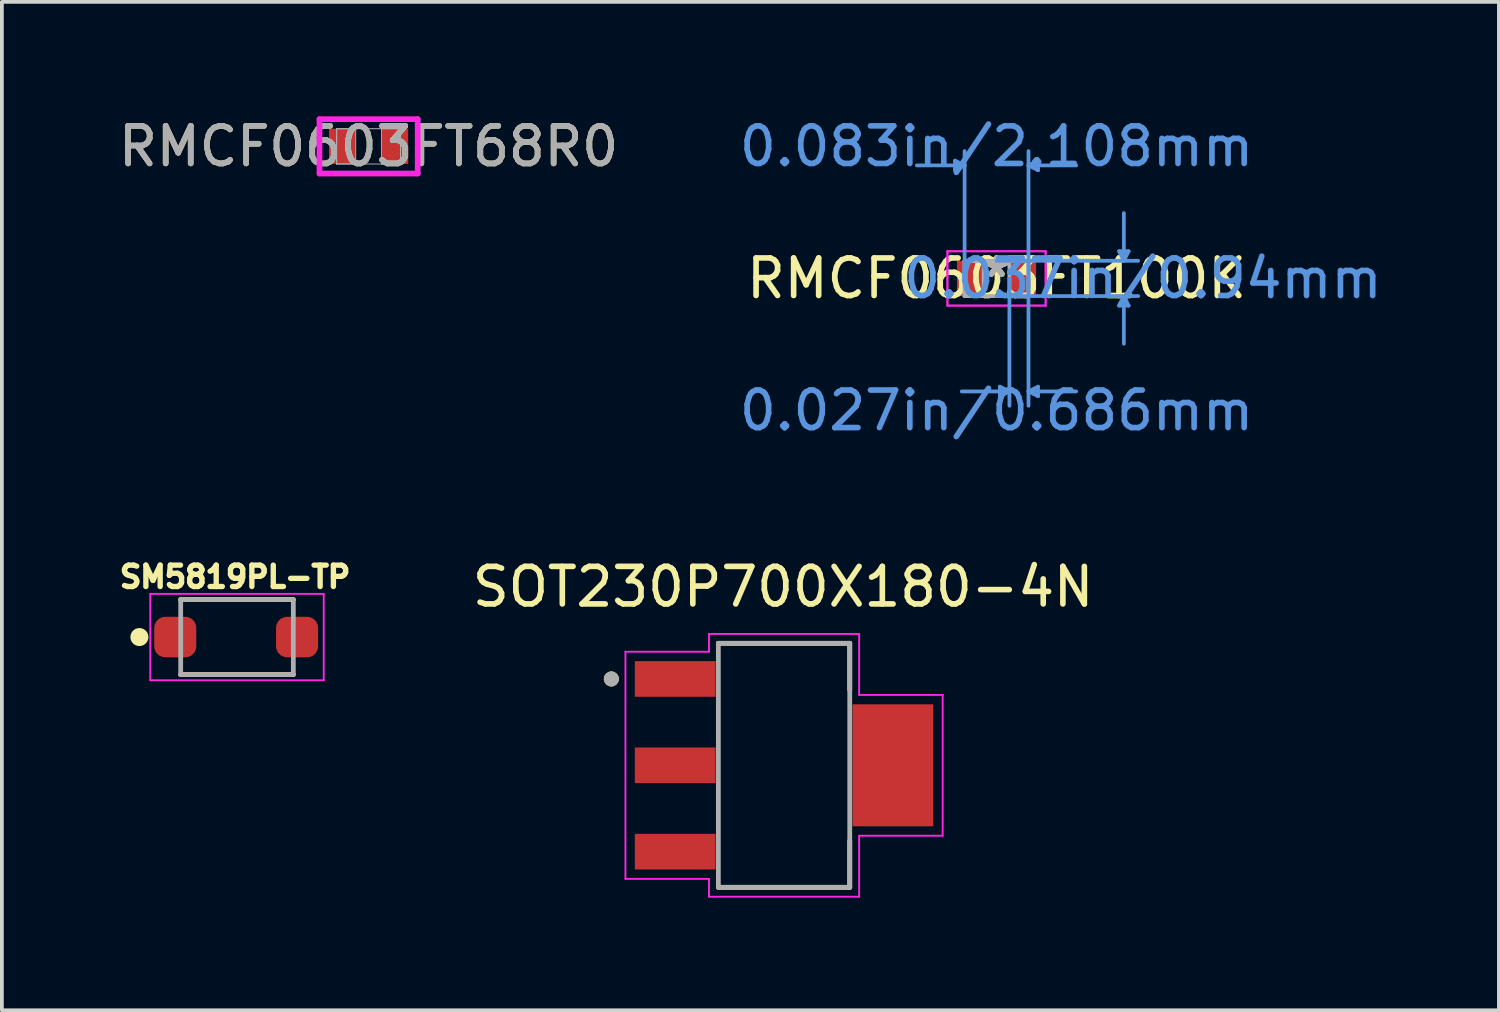
<source format=kicad_pcb>
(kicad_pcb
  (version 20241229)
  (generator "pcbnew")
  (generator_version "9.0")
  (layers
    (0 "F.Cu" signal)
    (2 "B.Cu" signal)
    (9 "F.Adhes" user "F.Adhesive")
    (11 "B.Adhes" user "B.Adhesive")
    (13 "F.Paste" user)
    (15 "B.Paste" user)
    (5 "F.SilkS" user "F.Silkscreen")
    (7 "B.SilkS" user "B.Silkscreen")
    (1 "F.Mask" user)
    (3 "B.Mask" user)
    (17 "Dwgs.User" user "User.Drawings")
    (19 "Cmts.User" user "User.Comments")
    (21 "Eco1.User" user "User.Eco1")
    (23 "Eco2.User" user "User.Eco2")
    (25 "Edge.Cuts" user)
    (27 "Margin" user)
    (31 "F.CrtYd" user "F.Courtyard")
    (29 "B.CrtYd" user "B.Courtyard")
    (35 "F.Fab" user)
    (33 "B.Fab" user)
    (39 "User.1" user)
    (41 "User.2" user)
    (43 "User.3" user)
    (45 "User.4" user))
  (footprint "SM5819PL-TP"
    (layer "F.Cu")
    (at 3.263 13.919)
    (property "Reference" "SM5819PL-TP" (at -0.052 -1.603 0) (layer "F.SilkS") (effects (font (size 0.57 0.57) (thickness 0.15))))
    (attr smd)
    (fp_line (start -1.5 -1) (end 1.5 -1) (stroke (width 0.127) (type solid)) (layer "F.SilkS"))
    (fp_line (start 1.5 1) (end -1.5 1) (stroke (width 0.127) (type solid)) (layer "F.SilkS"))
    (fp_circle (center -2.6 0) (end -2.48 0) (stroke (width 0.24) (type solid)) (fill no) (layer "F.SilkS"))
    (fp_line (start -2.31 -1.15) (end -2.31 1.15) (stroke (width 0.05) (type solid)) (layer "F.CrtYd"))
    (fp_line (start -2.31 1.15) (end 2.31 1.15) (stroke (width 0.05) (type solid)) (layer "F.CrtYd"))
    (fp_line (start 2.31 -1.15) (end -2.31 -1.15) (stroke (width 0.05) (type solid)) (layer "F.CrtYd"))
    (fp_line (start 2.31 1.15) (end 2.31 -1.15) (stroke (width 0.05) (type solid)) (layer "F.CrtYd"))
    (fp_line (start -1.5 -1) (end 1.5 -1) (stroke (width 0.127) (type solid)) (layer "F.Fab"))
    (fp_line (start -1.5 1) (end -1.5 -1) (stroke (width 0.127) (type solid)) (layer "F.Fab"))
    (fp_line (start 1.5 -1) (end 1.5 1) (stroke (width 0.127) (type solid)) (layer "F.Fab"))
    (fp_line (start 1.5 1) (end -1.5 1) (stroke (width 0.127) (type solid)) (layer "F.Fab"))
    (pad "A" smd roundrect (at 1.6 0) (size 1.12 1.08) (layers "F.Cu" "F.Mask" "F.Paste") (roundrect_rratio 0.27))
    (pad "C" smd roundrect (at -1.645 0) (size 1.12 1.08) (layers "F.Cu" "F.Mask" "F.Paste") (roundrect_rratio 0.27)))
  (footprint "RMCF0603FT68R0"
    (layer "F.Cu")
    (at 6.768 0.848)
    (property "Reference" "RMCF0603FT68R0" (at 0 0 0) (unlocked yes) (layer "F.SilkS") (effects (font (size 1 1) (thickness 0.15))))
    (attr smd)
    (fp_line (start -1.308 -0.724) (end 1.308 -0.724) (stroke (width 0.152) (type solid)) (layer "F.CrtYd"))
    (fp_line (start -1.308 0.724) (end -1.308 -0.724) (stroke (width 0.152) (type solid)) (layer "F.CrtYd"))
    (fp_line (start 1.308 -0.724) (end 1.308 0.724) (stroke (width 0.152) (type solid)) (layer "F.CrtYd"))
    (fp_line (start 1.308 0.724) (end -1.308 0.724) (stroke (width 0.152) (type solid)) (layer "F.CrtYd"))
    (fp_line (start -0.851 -0.47) (end -0.851 0.47) (stroke (width 0.025) (type solid)) (layer "F.Fab"))
    (fp_line (start -0.851 -0.47) (end -0.851 0.47) (stroke (width 0.025) (type solid)) (layer "F.Fab"))
    (fp_line (start -0.851 0.47) (end -0.343 0.47) (stroke (width 0.025) (type solid)) (layer "F.Fab"))
    (fp_line (start -0.851 0.47) (end 0.851 0.47) (stroke (width 0.025) (type solid)) (layer "F.Fab"))
    (fp_line (start -0.343 -0.47) (end -0.851 -0.47) (stroke (width 0.025) (type solid)) (layer "F.Fab"))
    (fp_line (start -0.343 0.47) (end -0.343 -0.47) (stroke (width 0.025) (type solid)) (layer "F.Fab"))
    (fp_line (start 0.343 -0.47) (end 0.343 0.47) (stroke (width 0.025) (type solid)) (layer "F.Fab"))
    (fp_line (start 0.343 0.47) (end 0.851 0.47) (stroke (width 0.025) (type solid)) (layer "F.Fab"))
    (fp_line (start 0.851 -0.47) (end -0.851 -0.47) (stroke (width 0.025) (type solid)) (layer "F.Fab"))
    (fp_line (start 0.851 -0.47) (end 0.343 -0.47) (stroke (width 0.025) (type solid)) (layer "F.Fab"))
    (fp_line (start 0.851 0.47) (end 0.851 -0.47) (stroke (width 0.025) (type solid)) (layer "F.Fab"))
    (fp_line (start 0.851 0.47) (end 0.851 -0.47) (stroke (width 0.025) (type solid)) (layer "F.Fab"))
    (fp_text user "${REFERENCE}" (at 0 0 0) (unlocked yes) (layer "F.Fab") (effects (font (size 1 1) (thickness 0.15))))
    (pad "1" smd rect (at -0.699 0) (size 0.711 0.94) (layers "F.Cu" "F.Mask" "F.Paste"))
    (pad "2" smd rect (at 0.699 0) (size 0.711 0.94) (layers "F.Cu" "F.Mask" "F.Paste"))
    (zone (net_name "") (layer "F.Cu") (hatch full 0.508) (connect_pads) (min_thickness 0.254) (filled_areas_thickness no) (keepout (tracks not_allowed) (vias not_allowed) (pads allowed) (copperpour not_allowed) (footprints allowed)) (placement (enabled no)) (fill) (polygon (pts (xy 6.476 0.429) (xy 7.06 0.429) (xy 7.06 1.267) (xy 6.476 1.267)))))
  (footprint "SOT230P700X180-4N"
    (layer "F.Cu")
    (at 17.834 17.335)
    (property "Reference" "SOT230P700X180-4N" (at -0.025 -4.754 0) (layer "F.SilkS") (effects (font (size 1 1) (thickness 0.15))))
    (attr smd)
    (fp_line (start -1.75 -3.25) (end 1.75 -3.25) (stroke (width 0.127) (type solid)) (layer "F.SilkS"))
    (fp_line (start -1.75 3.25) (end 1.75 3.25) (stroke (width 0.127) (type solid)) (layer "F.SilkS"))
    (fp_line (start 1.75 -3.25) (end 1.75 -2.01) (stroke (width 0.127) (type solid)) (layer "F.SilkS"))
    (fp_line (start 1.75 3.25) (end 1.75 2.01) (stroke (width 0.127) (type solid)) (layer "F.SilkS"))
    (fp_circle (center -4.6 -2.3) (end -4.5 -2.3) (stroke (width 0.2) (type solid)) (fill no) (layer "F.SilkS"))
    (fp_line (start -4.225 -3.025) (end -4.225 3.025) (stroke (width 0.05) (type solid)) (layer "F.CrtYd"))
    (fp_line (start -4.225 3.025) (end -2 3.025) (stroke (width 0.05) (type solid)) (layer "F.CrtYd"))
    (fp_line (start -2 -3.5) (end -2 -3.025) (stroke (width 0.05) (type solid)) (layer "F.CrtYd"))
    (fp_line (start -2 -3.025) (end -4.225 -3.025) (stroke (width 0.05) (type solid)) (layer "F.CrtYd"))
    (fp_line (start -2 3.025) (end -2 3.5) (stroke (width 0.05) (type solid)) (layer "F.CrtYd"))
    (fp_line (start -2 3.5) (end 2 3.5) (stroke (width 0.05) (type solid)) (layer "F.CrtYd"))
    (fp_line (start 2 -3.5) (end -2 -3.5) (stroke (width 0.05) (type solid)) (layer "F.CrtYd"))
    (fp_line (start 2 -1.875) (end 2 -3.5) (stroke (width 0.05) (type solid)) (layer "F.CrtYd"))
    (fp_line (start 2 1.875) (end 4.225 1.875) (stroke (width 0.05) (type solid)) (layer "F.CrtYd"))
    (fp_line (start 2 3.5) (end 2 1.875) (stroke (width 0.05) (type solid)) (layer "F.CrtYd"))
    (fp_line (start 4.225 -1.875) (end 2 -1.875) (stroke (width 0.05) (type solid)) (layer "F.CrtYd"))
    (fp_line (start 4.225 1.875) (end 4.225 -1.875) (stroke (width 0.05) (type solid)) (layer "F.CrtYd"))
    (fp_line (start -1.75 -3.25) (end -1.75 3.25) (stroke (width 0.127) (type solid)) (layer "F.Fab"))
    (fp_line (start 1.75 -3.25) (end -1.75 -3.25) (stroke (width 0.127) (type solid)) (layer "F.Fab"))
    (fp_line (start 1.75 -3.25) (end 1.75 3.25) (stroke (width 0.127) (type solid)) (layer "F.Fab"))
    (fp_line (start 1.75 3.25) (end -1.75 3.25) (stroke (width 0.127) (type solid)) (layer "F.Fab"))
    (fp_circle (center -4.6 -2.3) (end -4.5 -2.3) (stroke (width 0.2) (type solid)) (fill no) (layer "F.Fab"))
    (pad "1" smd rect (at -2.9 -2.3 270) (size 0.95 2.15) (layers "F.Cu" "F.Mask" "F.Paste"))
    (pad "2" smd rect (at -2.9 0 270) (size 0.95 2.15) (layers "F.Cu" "F.Mask" "F.Paste"))
    (pad "3" smd rect (at -2.9 2.3 270) (size 0.95 2.15) (layers "F.Cu" "F.Mask" "F.Paste"))
    (pad "4" smd rect (at 2.9 0 270) (size 3.25 2.15) (layers "F.Cu" "F.Mask" "F.Paste")))
  (footprint "RMCF0603FT100K"
    (layer "F.Cu")
    (at 23.494 4.366)
    (property "Reference" "RMCF0603FT100K" (at 0 0 0) (layer "F.SilkS") (effects (font (size 1 1) (thickness 0.15))))
    (attr through_hole)
    (fp_line (start -1.105 -3.137) (end -1.105 -2.883) (stroke (width 0.1) (type solid)) (layer "Cmts.User"))
    (fp_line (start -0.851 -3.01) (end -2.121 -3.01) (stroke (width 0.1) (type solid)) (layer "Cmts.User"))
    (fp_line (start -0.851 -3.01) (end -1.105 -3.137) (stroke (width 0.1) (type solid)) (layer "Cmts.User"))
    (fp_line (start -0.851 -3.01) (end -1.105 -2.883) (stroke (width 0.1) (type solid)) (layer "Cmts.User"))
    (fp_line (start -0.851 0) (end -0.851 -3.391) (stroke (width 0.1) (type solid)) (layer "Cmts.User"))
    (fp_line (start 0 -0.47) (end 3.772 -0.47) (stroke (width 0.1) (type solid)) (layer "Cmts.User"))
    (fp_line (start 0 0.47) (end 3.772 0.47) (stroke (width 0.1) (type solid)) (layer "Cmts.User"))
    (fp_line (start 0.089 2.883) (end 0.089 3.137) (stroke (width 0.1) (type solid)) (layer "Cmts.User"))
    (fp_line (start 0.343 0) (end 0.343 3.391) (stroke (width 0.1) (type solid)) (layer "Cmts.User"))
    (fp_line (start 0.343 3.01) (end -0.927 3.01) (stroke (width 0.1) (type solid)) (layer "Cmts.User"))
    (fp_line (start 0.343 3.01) (end 0.089 2.883) (stroke (width 0.1) (type solid)) (layer "Cmts.User"))
    (fp_line (start 0.343 3.01) (end 0.089 3.137) (stroke (width 0.1) (type solid)) (layer "Cmts.User"))
    (fp_line (start 0.851 -3.01) (end 1.105 -3.137) (stroke (width 0.1) (type solid)) (layer "Cmts.User"))
    (fp_line (start 0.851 -3.01) (end 1.105 -2.883) (stroke (width 0.1) (type solid)) (layer "Cmts.User"))
    (fp_line (start 0.851 -3.01) (end 2.121 -3.01) (stroke (width 0.1) (type solid)) (layer "Cmts.User"))
    (fp_line (start 0.851 0) (end 0.851 -3.391) (stroke (width 0.1) (type solid)) (layer "Cmts.User"))
    (fp_line (start 0.851 0) (end 0.851 3.391) (stroke (width 0.1) (type solid)) (layer "Cmts.User"))
    (fp_line (start 0.851 3.01) (end 1.105 2.883) (stroke (width 0.1) (type solid)) (layer "Cmts.User"))
    (fp_line (start 0.851 3.01) (end 1.105 3.137) (stroke (width 0.1) (type solid)) (layer "Cmts.User"))
    (fp_line (start 0.851 3.01) (end 2.121 3.01) (stroke (width 0.1) (type solid)) (layer "Cmts.User"))
    (fp_line (start 1.105 -3.137) (end 1.105 -2.883) (stroke (width 0.1) (type solid)) (layer "Cmts.User"))
    (fp_line (start 1.105 2.883) (end 1.105 3.137) (stroke (width 0.1) (type solid)) (layer "Cmts.User"))
    (fp_line (start 3.264 -0.724) (end 3.518 -0.724) (stroke (width 0.1) (type solid)) (layer "Cmts.User"))
    (fp_line (start 3.264 0.724) (end 3.518 0.724) (stroke (width 0.1) (type solid)) (layer "Cmts.User"))
    (fp_line (start 3.391 -0.47) (end 3.264 -0.724) (stroke (width 0.1) (type solid)) (layer "Cmts.User"))
    (fp_line (start 3.391 -0.47) (end 3.391 -1.74) (stroke (width 0.1) (type solid)) (layer "Cmts.User"))
    (fp_line (start 3.391 -0.47) (end 3.518 -0.724) (stroke (width 0.1) (type solid)) (layer "Cmts.User"))
    (fp_line (start 3.391 0.47) (end 3.264 0.724) (stroke (width 0.1) (type solid)) (layer "Cmts.User"))
    (fp_line (start 3.391 0.47) (end 3.391 1.74) (stroke (width 0.1) (type solid)) (layer "Cmts.User"))
    (fp_line (start 3.391 0.47) (end 3.518 0.724) (stroke (width 0.1) (type solid)) (layer "Cmts.User"))
    (fp_line (start -1.308 -0.724) (end 1.308 -0.724) (stroke (width 0.05) (type solid)) (layer "F.CrtYd"))
    (fp_line (start -1.308 -0.724) (end 1.308 -0.724) (stroke (width 0.05) (type solid)) (layer "F.CrtYd"))
    (fp_line (start -1.308 0.724) (end -1.308 -0.724) (stroke (width 0.05) (type solid)) (layer "F.CrtYd"))
    (fp_line (start -1.308 0.724) (end -1.308 -0.724) (stroke (width 0.05) (type solid)) (layer "F.CrtYd"))
    (fp_line (start 1.308 -0.724) (end 1.308 0.724) (stroke (width 0.05) (type solid)) (layer "F.CrtYd"))
    (fp_line (start 1.308 -0.724) (end 1.308 0.724) (stroke (width 0.05) (type solid)) (layer "F.CrtYd"))
    (fp_line (start 1.308 0.724) (end -1.308 0.724) (stroke (width 0.05) (type solid)) (layer "F.CrtYd"))
    (fp_line (start 1.308 0.724) (end -1.308 0.724) (stroke (width 0.05) (type solid)) (layer "F.CrtYd"))
    (fp_line (start -0.851 -0.47) (end -0.851 0.47) (stroke (width 0.1) (type solid)) (layer "F.Fab"))
    (fp_line (start -0.851 -0.47) (end -0.851 0.47) (stroke (width 0.1) (type solid)) (layer "F.Fab"))
    (fp_line (start -0.851 0.47) (end -0.343 0.47) (stroke (width 0.1) (type solid)) (layer "F.Fab"))
    (fp_line (start -0.851 0.47) (end 0.851 0.47) (stroke (width 0.1) (type solid)) (layer "F.Fab"))
    (fp_line (start -0.343 -0.47) (end -0.851 -0.47) (stroke (width 0.1) (type solid)) (layer "F.Fab"))
    (fp_line (start -0.343 0.47) (end -0.343 -0.47) (stroke (width 0.1) (type solid)) (layer "F.Fab"))
    (fp_line (start 0.343 -0.47) (end 0.343 0.47) (stroke (width 0.1) (type solid)) (layer "F.Fab"))
    (fp_line (start 0.343 0.47) (end 0.851 0.47) (stroke (width 0.1) (type solid)) (layer "F.Fab"))
    (fp_line (start 0.851 -0.47) (end -0.851 -0.47) (stroke (width 0.1) (type solid)) (layer "F.Fab"))
    (fp_line (start 0.851 -0.47) (end 0.343 -0.47) (stroke (width 0.1) (type solid)) (layer "F.Fab"))
    (fp_line (start 0.851 0.47) (end 0.851 -0.47) (stroke (width 0.1) (type solid)) (layer "F.Fab"))
    (fp_line (start 0.851 0.47) (end 0.851 -0.47) (stroke (width 0.1) (type solid)) (layer "F.Fab"))
    (fp_text user "*" (at 0 0 0) (layer "F.SilkS") (effects (font (size 1 1) (thickness 0.15))))
    (fp_text user "0.037in/0.94mm" (at 3.899 0 0) (layer "Cmts.User") (effects (font (size 1 1) (thickness 0.15))))
    (fp_text user "0.083in/2.108mm" (at 0 -3.518 0) (layer "Cmts.User") (effects (font (size 1 1) (thickness 0.15))))
    (fp_text user "Copyright 2021 Accelerated Designs. All rights reserved." (at 0 0 0) (layer "Cmts.User") (effects (font (size 0.127 0.127) (thickness 0.002))))
    (fp_text user "0.027in/0.686mm" (at 0 3.518 0) (layer "Cmts.User") (effects (font (size 1 1) (thickness 0.15))))
    (fp_text user "*" (at 0 0 0) (layer "F.Fab") (effects (font (size 1 1) (thickness 0.15))))
    (pad "1" smd rect (at -0.699 0) (size 0.711 0.94) (layers "F.Cu" "F.Mask" "F.Paste"))
    (pad "2" smd rect (at 0.699 0) (size 0.711 0.94) (layers "F.Cu" "F.Mask" "F.Paste")))
  (gr_rect
    (start -3 -3)
    (end 36.875 23.86)
    (stroke (width 0.1) (type default))
    (fill no)
    (layer "Edge.Cuts")))
</source>
